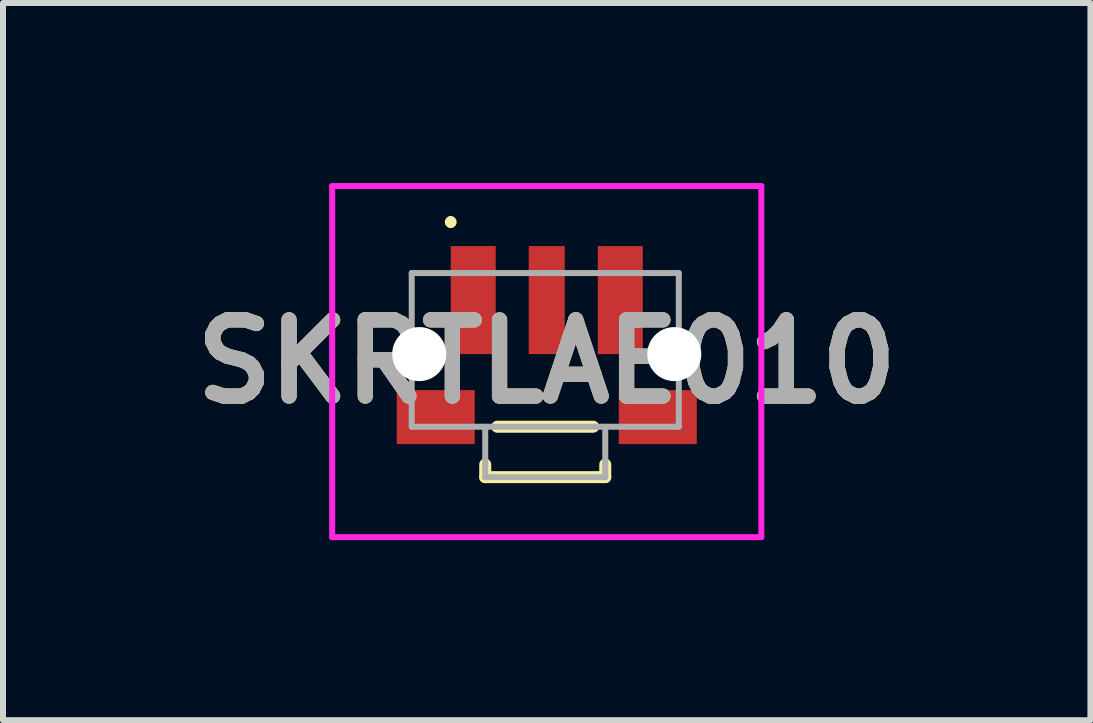
<source format=kicad_pcb>
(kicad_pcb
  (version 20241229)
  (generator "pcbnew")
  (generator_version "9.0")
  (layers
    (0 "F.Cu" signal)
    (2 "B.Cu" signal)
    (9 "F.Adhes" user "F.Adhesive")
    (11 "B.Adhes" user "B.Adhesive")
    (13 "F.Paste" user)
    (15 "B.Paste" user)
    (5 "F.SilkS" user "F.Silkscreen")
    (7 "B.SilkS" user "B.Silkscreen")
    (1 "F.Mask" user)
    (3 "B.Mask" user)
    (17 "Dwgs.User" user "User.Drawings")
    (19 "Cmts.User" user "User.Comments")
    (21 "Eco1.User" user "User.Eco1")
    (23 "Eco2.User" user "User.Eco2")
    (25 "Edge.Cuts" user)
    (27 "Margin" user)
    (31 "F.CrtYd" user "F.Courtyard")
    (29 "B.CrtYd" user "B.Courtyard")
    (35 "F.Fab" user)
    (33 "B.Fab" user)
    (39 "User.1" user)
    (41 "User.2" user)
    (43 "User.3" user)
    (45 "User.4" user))
  (footprint "SKRTLAE010"
    (layer "F.Cu")
    (at 6.06 3.2)
    (property "Reference" "SKRTLAE010" (at 0 -0.225 0) (layer "F.SilkS") (effects (font (size 1.27 1.27) (thickness 0.254))))
    (attr through_hole)
    (fp_line (start -1.6 -2.6) (end -1.6 -2.6) (stroke (width 0.1) (type solid)) (layer "F.SilkS"))
    (fp_line (start -1.6 -2.5) (end -1.6 -2.5) (stroke (width 0.1) (type solid)) (layer "F.SilkS"))
    (fp_line (start -1.025 1.7) (end -1.025 1.49) (stroke (width 0.2) (type solid)) (layer "F.SilkS"))
    (fp_line (start -0.825 0.86) (end 0.775 0.86) (stroke (width 0.2) (type solid)) (layer "F.SilkS"))
    (fp_line (start 0.975 1.49) (end 0.975 1.7) (stroke (width 0.2) (type solid)) (layer "F.SilkS"))
    (fp_line (start 0.975 1.7) (end -1.025 1.7) (stroke (width 0.2) (type solid)) (layer "F.SilkS"))
    (fp_arc (start -1.6 -2.6) (mid -1.55 -2.55) (end -1.6 -2.5) (stroke (width 0.1) (type solid)) (layer "F.SilkS"))
    (fp_arc (start -1.6 -2.5) (mid -1.65 -2.55) (end -1.6 -2.6) (stroke (width 0.1) (type solid)) (layer "F.SilkS"))
    (fp_line (start -3.575 -3.15) (end 3.575 -3.15) (stroke (width 0.1) (type solid)) (layer "F.CrtYd"))
    (fp_line (start -3.575 2.7) (end -3.575 -3.15) (stroke (width 0.1) (type solid)) (layer "F.CrtYd"))
    (fp_line (start 3.575 -3.15) (end 3.575 2.7) (stroke (width 0.1) (type solid)) (layer "F.CrtYd"))
    (fp_line (start 3.575 2.7) (end -3.575 2.7) (stroke (width 0.1) (type solid)) (layer "F.CrtYd"))
    (fp_line (start -2.25 -1.7) (end 2.2 -1.7) (stroke (width 0.1) (type solid)) (layer "F.Fab"))
    (fp_line (start -2.25 0.86) (end -2.25 -1.7) (stroke (width 0.1) (type solid)) (layer "F.Fab"))
    (fp_line (start -1.025 1.7) (end -1.025 0.86) (stroke (width 0.1) (type solid)) (layer "F.Fab"))
    (fp_line (start 0.975 0.86) (end 0.975 1.7) (stroke (width 0.1) (type solid)) (layer "F.Fab"))
    (fp_line (start 0.975 1.7) (end -1.025 1.7) (stroke (width 0.1) (type solid)) (layer "F.Fab"))
    (fp_line (start 2.2 -1.7) (end 2.2 0.86) (stroke (width 0.1) (type solid)) (layer "F.Fab"))
    (fp_line (start 2.2 0.86) (end -2.25 0.86) (stroke (width 0.1) (type solid)) (layer "F.Fab"))
    (fp_text user "${REFERENCE}" (at 0 -0.225 0) (layer "F.Fab") (effects (font (size 1.27 1.27) (thickness 0.254))))
    (pad "" np_thru_hole circle (at -2.125 -0.35) (size 0.9 0.9) (drill 0.9) (layers "*.Cu" "*.Mask"))
    (pad "" np_thru_hole circle (at 2.125 -0.35) (size 0.9 0.9) (drill 0.9) (layers "*.Cu" "*.Mask"))
    (pad "1" smd rect (at -1.225 -1.25) (size 0.75 1.8) (layers "F.Cu" "F.Mask" "F.Paste"))
    (pad "2" smd rect (at 0 -1.25) (size 0.6 1.8) (layers "F.Cu" "F.Mask" "F.Paste"))
    (pad "3" smd rect (at 1.225 -1.25) (size 0.75 1.8) (layers "F.Cu" "F.Mask" "F.Paste"))
    (pad "MP1" smd rect (at -1.85 0.7 90) (size 0.9 1.3) (layers "F.Cu" "F.Mask" "F.Paste"))
    (pad "MP2" smd rect (at 1.85 0.7 90) (size 0.9 1.3) (layers "F.Cu" "F.Mask" "F.Paste")))
  (gr_rect
    (start -3 -3)
    (end 15.119 8.95)
    (stroke (width 0.1) (type default))
    (fill no)
    (layer "Edge.Cuts")))
</source>
